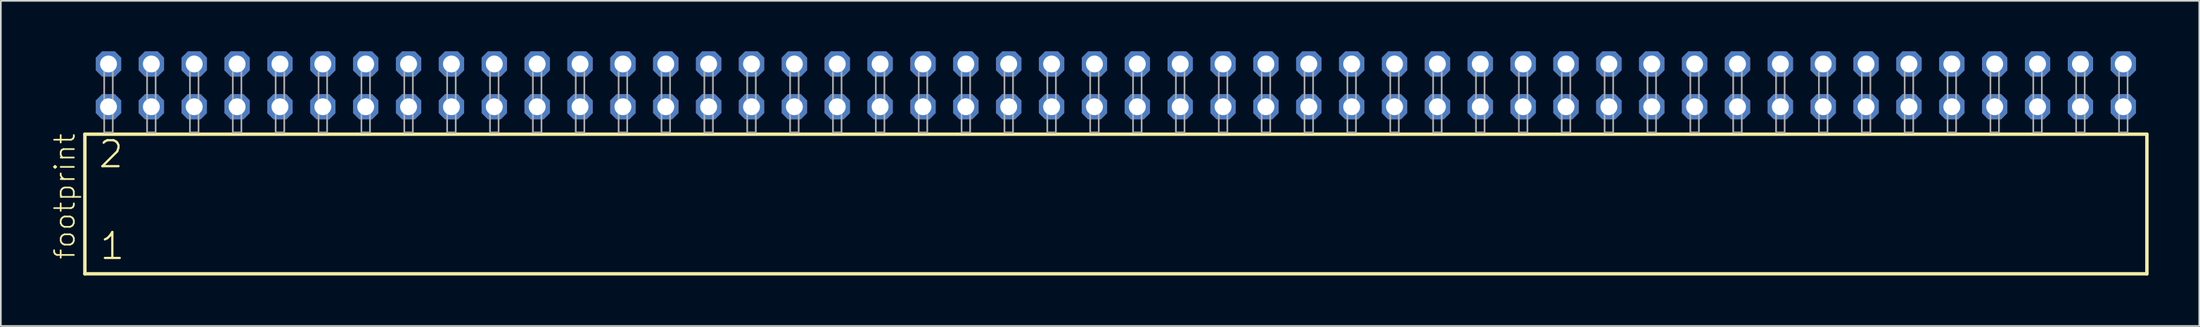
<source format=kicad_pcb>
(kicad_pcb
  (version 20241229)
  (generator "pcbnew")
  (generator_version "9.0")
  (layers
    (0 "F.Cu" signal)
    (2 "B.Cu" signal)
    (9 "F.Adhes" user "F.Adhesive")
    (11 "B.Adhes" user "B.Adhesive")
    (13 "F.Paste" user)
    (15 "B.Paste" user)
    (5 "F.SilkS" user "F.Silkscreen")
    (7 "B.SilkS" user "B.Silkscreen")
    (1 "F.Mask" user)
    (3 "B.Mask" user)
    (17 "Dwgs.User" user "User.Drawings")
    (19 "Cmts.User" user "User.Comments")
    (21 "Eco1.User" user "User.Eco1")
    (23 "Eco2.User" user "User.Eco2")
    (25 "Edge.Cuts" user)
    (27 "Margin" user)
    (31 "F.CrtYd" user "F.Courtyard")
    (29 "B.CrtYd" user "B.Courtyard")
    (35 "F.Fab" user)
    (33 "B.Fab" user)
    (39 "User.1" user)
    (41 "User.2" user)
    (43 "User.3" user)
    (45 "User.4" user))
  (footprint "footprint"
    (layer "F.Cu")
    (at 63.068 4.814)
    (property "Reference" "footprint" (at -61.595 7.62 90) (layer "F.SilkS") (effects (font (size 1.168 1.168) (thickness 0.102)) (justify left bottom)))
    (fp_line (start -61.089 0.106) (end -61.089 8.396) (stroke (width 0.203) (type solid)) (layer "F.SilkS"))
    (fp_line (start -61.089 8.396) (end 61.089 8.396) (stroke (width 0.203) (type solid)) (layer "F.SilkS"))
    (fp_line (start 61.089 0.106) (end -61.089 0.106) (stroke (width 0.203) (type solid)) (layer "F.SilkS"))
    (fp_line (start 61.089 8.396) (end 61.089 0.106) (stroke (width 0.203) (type solid)) (layer "F.SilkS"))
    (fp_poly (pts (xy -59.944 0) (xy -59.436 0) (xy -59.436 -4.318) (xy -59.944 -4.318)) (stroke (width 0.1) (type solid)) (fill no) (layer "F.Fab"))
    (fp_poly (pts (xy -57.404 0) (xy -56.896 0) (xy -56.896 -4.318) (xy -57.404 -4.318)) (stroke (width 0.1) (type solid)) (fill no) (layer "F.Fab"))
    (fp_poly (pts (xy -54.864 0) (xy -54.356 0) (xy -54.356 -4.318) (xy -54.864 -4.318)) (stroke (width 0.1) (type solid)) (fill no) (layer "F.Fab"))
    (fp_poly (pts (xy -52.324 0) (xy -51.816 0) (xy -51.816 -4.318) (xy -52.324 -4.318)) (stroke (width 0.1) (type solid)) (fill no) (layer "F.Fab"))
    (fp_poly (pts (xy -49.784 0) (xy -49.276 0) (xy -49.276 -4.318) (xy -49.784 -4.318)) (stroke (width 0.1) (type solid)) (fill no) (layer "F.Fab"))
    (fp_poly (pts (xy -47.244 0) (xy -46.736 0) (xy -46.736 -4.318) (xy -47.244 -4.318)) (stroke (width 0.1) (type solid)) (fill no) (layer "F.Fab"))
    (fp_poly (pts (xy -44.704 0) (xy -44.196 0) (xy -44.196 -4.318) (xy -44.704 -4.318)) (stroke (width 0.1) (type solid)) (fill no) (layer "F.Fab"))
    (fp_poly (pts (xy -42.164 0) (xy -41.656 0) (xy -41.656 -4.318) (xy -42.164 -4.318)) (stroke (width 0.1) (type solid)) (fill no) (layer "F.Fab"))
    (fp_poly (pts (xy -39.624 0) (xy -39.116 0) (xy -39.116 -4.318) (xy -39.624 -4.318)) (stroke (width 0.1) (type solid)) (fill no) (layer "F.Fab"))
    (fp_poly (pts (xy -37.084 0) (xy -36.576 0) (xy -36.576 -4.318) (xy -37.084 -4.318)) (stroke (width 0.1) (type solid)) (fill no) (layer "F.Fab"))
    (fp_poly (pts (xy -34.544 0) (xy -34.036 0) (xy -34.036 -4.318) (xy -34.544 -4.318)) (stroke (width 0.1) (type solid)) (fill no) (layer "F.Fab"))
    (fp_poly (pts (xy -32.004 0) (xy -31.496 0) (xy -31.496 -4.318) (xy -32.004 -4.318)) (stroke (width 0.1) (type solid)) (fill no) (layer "F.Fab"))
    (fp_poly (pts (xy -29.464 0) (xy -28.956 0) (xy -28.956 -4.318) (xy -29.464 -4.318)) (stroke (width 0.1) (type solid)) (fill no) (layer "F.Fab"))
    (fp_poly (pts (xy -26.924 0) (xy -26.416 0) (xy -26.416 -4.318) (xy -26.924 -4.318)) (stroke (width 0.1) (type solid)) (fill no) (layer "F.Fab"))
    (fp_poly (pts (xy -24.384 0) (xy -23.876 0) (xy -23.876 -4.318) (xy -24.384 -4.318)) (stroke (width 0.1) (type solid)) (fill no) (layer "F.Fab"))
    (fp_poly (pts (xy -21.844 0) (xy -21.336 0) (xy -21.336 -4.318) (xy -21.844 -4.318)) (stroke (width 0.1) (type solid)) (fill no) (layer "F.Fab"))
    (fp_poly (pts (xy -19.304 0) (xy -18.796 0) (xy -18.796 -4.318) (xy -19.304 -4.318)) (stroke (width 0.1) (type solid)) (fill no) (layer "F.Fab"))
    (fp_poly (pts (xy -16.764 0) (xy -16.256 0) (xy -16.256 -4.318) (xy -16.764 -4.318)) (stroke (width 0.1) (type solid)) (fill no) (layer "F.Fab"))
    (fp_poly (pts (xy -14.224 0) (xy -13.716 0) (xy -13.716 -4.318) (xy -14.224 -4.318)) (stroke (width 0.1) (type solid)) (fill no) (layer "F.Fab"))
    (fp_poly (pts (xy -11.684 0) (xy -11.176 0) (xy -11.176 -4.318) (xy -11.684 -4.318)) (stroke (width 0.1) (type solid)) (fill no) (layer "F.Fab"))
    (fp_poly (pts (xy -9.144 0) (xy -8.636 0) (xy -8.636 -4.318) (xy -9.144 -4.318)) (stroke (width 0.1) (type solid)) (fill no) (layer "F.Fab"))
    (fp_poly (pts (xy -6.604 0) (xy -6.096 0) (xy -6.096 -4.318) (xy -6.604 -4.318)) (stroke (width 0.1) (type solid)) (fill no) (layer "F.Fab"))
    (fp_poly (pts (xy -4.064 0) (xy -3.556 0) (xy -3.556 -4.318) (xy -4.064 -4.318)) (stroke (width 0.1) (type solid)) (fill no) (layer "F.Fab"))
    (fp_poly (pts (xy -1.524 0) (xy -1.016 0) (xy -1.016 -4.318) (xy -1.524 -4.318)) (stroke (width 0.1) (type solid)) (fill no) (layer "F.Fab"))
    (fp_poly (pts (xy 1.016 0) (xy 1.524 0) (xy 1.524 -4.318) (xy 1.016 -4.318)) (stroke (width 0.1) (type solid)) (fill no) (layer "F.Fab"))
    (fp_poly (pts (xy 3.556 0) (xy 4.064 0) (xy 4.064 -4.318) (xy 3.556 -4.318)) (stroke (width 0.1) (type solid)) (fill no) (layer "F.Fab"))
    (fp_poly (pts (xy 6.096 0) (xy 6.604 0) (xy 6.604 -4.318) (xy 6.096 -4.318)) (stroke (width 0.1) (type solid)) (fill no) (layer "F.Fab"))
    (fp_poly (pts (xy 8.636 0) (xy 9.144 0) (xy 9.144 -4.318) (xy 8.636 -4.318)) (stroke (width 0.1) (type solid)) (fill no) (layer "F.Fab"))
    (fp_poly (pts (xy 11.176 0) (xy 11.684 0) (xy 11.684 -4.318) (xy 11.176 -4.318)) (stroke (width 0.1) (type solid)) (fill no) (layer "F.Fab"))
    (fp_poly (pts (xy 13.716 0) (xy 14.224 0) (xy 14.224 -4.318) (xy 13.716 -4.318)) (stroke (width 0.1) (type solid)) (fill no) (layer "F.Fab"))
    (fp_poly (pts (xy 16.256 0) (xy 16.764 0) (xy 16.764 -4.318) (xy 16.256 -4.318)) (stroke (width 0.1) (type solid)) (fill no) (layer "F.Fab"))
    (fp_poly (pts (xy 18.796 0) (xy 19.304 0) (xy 19.304 -4.318) (xy 18.796 -4.318)) (stroke (width 0.1) (type solid)) (fill no) (layer "F.Fab"))
    (fp_poly (pts (xy 21.336 0) (xy 21.844 0) (xy 21.844 -4.318) (xy 21.336 -4.318)) (stroke (width 0.1) (type solid)) (fill no) (layer "F.Fab"))
    (fp_poly (pts (xy 23.876 0) (xy 24.384 0) (xy 24.384 -4.318) (xy 23.876 -4.318)) (stroke (width 0.1) (type solid)) (fill no) (layer "F.Fab"))
    (fp_poly (pts (xy 26.416 0) (xy 26.924 0) (xy 26.924 -4.318) (xy 26.416 -4.318)) (stroke (width 0.1) (type solid)) (fill no) (layer "F.Fab"))
    (fp_poly (pts (xy 28.956 0) (xy 29.464 0) (xy 29.464 -4.318) (xy 28.956 -4.318)) (stroke (width 0.1) (type solid)) (fill no) (layer "F.Fab"))
    (fp_poly (pts (xy 31.496 0) (xy 32.004 0) (xy 32.004 -4.318) (xy 31.496 -4.318)) (stroke (width 0.1) (type solid)) (fill no) (layer "F.Fab"))
    (fp_poly (pts (xy 34.036 0) (xy 34.544 0) (xy 34.544 -4.318) (xy 34.036 -4.318)) (stroke (width 0.1) (type solid)) (fill no) (layer "F.Fab"))
    (fp_poly (pts (xy 36.576 0) (xy 37.084 0) (xy 37.084 -4.318) (xy 36.576 -4.318)) (stroke (width 0.1) (type solid)) (fill no) (layer "F.Fab"))
    (fp_poly (pts (xy 39.116 0) (xy 39.624 0) (xy 39.624 -4.318) (xy 39.116 -4.318)) (stroke (width 0.1) (type solid)) (fill no) (layer "F.Fab"))
    (fp_poly (pts (xy 41.656 0) (xy 42.164 0) (xy 42.164 -4.318) (xy 41.656 -4.318)) (stroke (width 0.1) (type solid)) (fill no) (layer "F.Fab"))
    (fp_poly (pts (xy 44.196 0) (xy 44.704 0) (xy 44.704 -4.318) (xy 44.196 -4.318)) (stroke (width 0.1) (type solid)) (fill no) (layer "F.Fab"))
    (fp_poly (pts (xy 46.736 0) (xy 47.244 0) (xy 47.244 -4.318) (xy 46.736 -4.318)) (stroke (width 0.1) (type solid)) (fill no) (layer "F.Fab"))
    (fp_poly (pts (xy 49.276 0) (xy 49.784 0) (xy 49.784 -4.318) (xy 49.276 -4.318)) (stroke (width 0.1) (type solid)) (fill no) (layer "F.Fab"))
    (fp_poly (pts (xy 51.816 0) (xy 52.324 0) (xy 52.324 -4.318) (xy 51.816 -4.318)) (stroke (width 0.1) (type solid)) (fill no) (layer "F.Fab"))
    (fp_poly (pts (xy 54.356 0) (xy 54.864 0) (xy 54.864 -4.318) (xy 54.356 -4.318)) (stroke (width 0.1) (type solid)) (fill no) (layer "F.Fab"))
    (fp_poly (pts (xy 56.896 0) (xy 57.404 0) (xy 57.404 -4.318) (xy 56.896 -4.318)) (stroke (width 0.1) (type solid)) (fill no) (layer "F.Fab"))
    (fp_poly (pts (xy 59.436 0) (xy 59.944 0) (xy 59.944 -4.318) (xy 59.436 -4.318)) (stroke (width 0.1) (type solid)) (fill no) (layer "F.Fab"))
    (fp_text user "2" (at -60.36 2.2 0) (layer "F.SilkS") (effects (font (size 1.542 1.542) (thickness 0.134)) (justify left bottom)))
    (fp_text user "1" (at -60.285 7.65 0) (layer "F.SilkS") (effects (font (size 1.542 1.542) (thickness 0.134)) (justify left bottom)))
    (pad "1" thru_hole roundrect (at -59.69 -1.524) (size 1.5 1.5) (drill 1) (layers "*.Cu" "*.Mask") (roundrect_rratio 0.25) (chamfer_ratio 0.25) (chamfer top_left top_right bottom_left bottom_right))
    (pad "2" thru_hole roundrect (at -59.69 -4.064) (size 1.5 1.5) (drill 1) (layers "*.Cu" "*.Mask") (roundrect_rratio 0.25) (chamfer_ratio 0.25) (chamfer top_left top_right bottom_left bottom_right))
    (pad "3" thru_hole roundrect (at -57.15 -1.524) (size 1.5 1.5) (drill 1) (layers "*.Cu" "*.Mask") (roundrect_rratio 0.25) (chamfer_ratio 0.25) (chamfer top_left top_right bottom_left bottom_right))
    (pad "4" thru_hole roundrect (at -57.15 -4.064) (size 1.5 1.5) (drill 1) (layers "*.Cu" "*.Mask") (roundrect_rratio 0.25) (chamfer_ratio 0.25) (chamfer top_left top_right bottom_left bottom_right))
    (pad "5" thru_hole roundrect (at -54.61 -1.524) (size 1.5 1.5) (drill 1) (layers "*.Cu" "*.Mask") (roundrect_rratio 0.25) (chamfer_ratio 0.25) (chamfer top_left top_right bottom_left bottom_right))
    (pad "6" thru_hole roundrect (at -54.61 -4.064) (size 1.5 1.5) (drill 1) (layers "*.Cu" "*.Mask") (roundrect_rratio 0.25) (chamfer_ratio 0.25) (chamfer top_left top_right bottom_left bottom_right))
    (pad "7" thru_hole roundrect (at -52.07 -1.524) (size 1.5 1.5) (drill 1) (layers "*.Cu" "*.Mask") (roundrect_rratio 0.25) (chamfer_ratio 0.25) (chamfer top_left top_right bottom_left bottom_right))
    (pad "8" thru_hole roundrect (at -52.07 -4.064) (size 1.5 1.5) (drill 1) (layers "*.Cu" "*.Mask") (roundrect_rratio 0.25) (chamfer_ratio 0.25) (chamfer top_left top_right bottom_left bottom_right))
    (pad "9" thru_hole roundrect (at -49.53 -1.524) (size 1.5 1.5) (drill 1) (layers "*.Cu" "*.Mask") (roundrect_rratio 0.25) (chamfer_ratio 0.25) (chamfer top_left top_right bottom_left bottom_right))
    (pad "10" thru_hole roundrect (at -49.53 -4.064) (size 1.5 1.5) (drill 1) (layers "*.Cu" "*.Mask") (roundrect_rratio 0.25) (chamfer_ratio 0.25) (chamfer top_left top_right bottom_left bottom_right))
    (pad "11" thru_hole roundrect (at -46.99 -1.524) (size 1.5 1.5) (drill 1) (layers "*.Cu" "*.Mask") (roundrect_rratio 0.25) (chamfer_ratio 0.25) (chamfer top_left top_right bottom_left bottom_right))
    (pad "12" thru_hole roundrect (at -46.99 -4.064) (size 1.5 1.5) (drill 1) (layers "*.Cu" "*.Mask") (roundrect_rratio 0.25) (chamfer_ratio 0.25) (chamfer top_left top_right bottom_left bottom_right))
    (pad "13" thru_hole roundrect (at -44.45 -1.524) (size 1.5 1.5) (drill 1) (layers "*.Cu" "*.Mask") (roundrect_rratio 0.25) (chamfer_ratio 0.25) (chamfer top_left top_right bottom_left bottom_right))
    (pad "14" thru_hole roundrect (at -44.45 -4.064) (size 1.5 1.5) (drill 1) (layers "*.Cu" "*.Mask") (roundrect_rratio 0.25) (chamfer_ratio 0.25) (chamfer top_left top_right bottom_left bottom_right))
    (pad "15" thru_hole roundrect (at -41.91 -1.524) (size 1.5 1.5) (drill 1) (layers "*.Cu" "*.Mask") (roundrect_rratio 0.25) (chamfer_ratio 0.25) (chamfer top_left top_right bottom_left bottom_right))
    (pad "16" thru_hole roundrect (at -41.91 -4.064) (size 1.5 1.5) (drill 1) (layers "*.Cu" "*.Mask") (roundrect_rratio 0.25) (chamfer_ratio 0.25) (chamfer top_left top_right bottom_left bottom_right))
    (pad "17" thru_hole roundrect (at -39.37 -1.524) (size 1.5 1.5) (drill 1) (layers "*.Cu" "*.Mask") (roundrect_rratio 0.25) (chamfer_ratio 0.25) (chamfer top_left top_right bottom_left bottom_right))
    (pad "18" thru_hole roundrect (at -39.37 -4.064) (size 1.5 1.5) (drill 1) (layers "*.Cu" "*.Mask") (roundrect_rratio 0.25) (chamfer_ratio 0.25) (chamfer top_left top_right bottom_left bottom_right))
    (pad "19" thru_hole roundrect (at -36.83 -1.524) (size 1.5 1.5) (drill 1) (layers "*.Cu" "*.Mask") (roundrect_rratio 0.25) (chamfer_ratio 0.25) (chamfer top_left top_right bottom_left bottom_right))
    (pad "20" thru_hole roundrect (at -36.83 -4.064) (size 1.5 1.5) (drill 1) (layers "*.Cu" "*.Mask") (roundrect_rratio 0.25) (chamfer_ratio 0.25) (chamfer top_left top_right bottom_left bottom_right))
    (pad "21" thru_hole roundrect (at -34.29 -1.524) (size 1.5 1.5) (drill 1) (layers "*.Cu" "*.Mask") (roundrect_rratio 0.25) (chamfer_ratio 0.25) (chamfer top_left top_right bottom_left bottom_right))
    (pad "22" thru_hole roundrect (at -34.29 -4.064) (size 1.5 1.5) (drill 1) (layers "*.Cu" "*.Mask") (roundrect_rratio 0.25) (chamfer_ratio 0.25) (chamfer top_left top_right bottom_left bottom_right))
    (pad "23" thru_hole roundrect (at -31.75 -1.524) (size 1.5 1.5) (drill 1) (layers "*.Cu" "*.Mask") (roundrect_rratio 0.25) (chamfer_ratio 0.25) (chamfer top_left top_right bottom_left bottom_right))
    (pad "24" thru_hole roundrect (at -31.75 -4.064) (size 1.5 1.5) (drill 1) (layers "*.Cu" "*.Mask") (roundrect_rratio 0.25) (chamfer_ratio 0.25) (chamfer top_left top_right bottom_left bottom_right))
    (pad "25" thru_hole roundrect (at -29.21 -1.524) (size 1.5 1.5) (drill 1) (layers "*.Cu" "*.Mask") (roundrect_rratio 0.25) (chamfer_ratio 0.25) (chamfer top_left top_right bottom_left bottom_right))
    (pad "26" thru_hole roundrect (at -29.21 -4.064) (size 1.5 1.5) (drill 1) (layers "*.Cu" "*.Mask") (roundrect_rratio 0.25) (chamfer_ratio 0.25) (chamfer top_left top_right bottom_left bottom_right))
    (pad "27" thru_hole roundrect (at -26.67 -1.524) (size 1.5 1.5) (drill 1) (layers "*.Cu" "*.Mask") (roundrect_rratio 0.25) (chamfer_ratio 0.25) (chamfer top_left top_right bottom_left bottom_right))
    (pad "28" thru_hole roundrect (at -26.67 -4.064) (size 1.5 1.5) (drill 1) (layers "*.Cu" "*.Mask") (roundrect_rratio 0.25) (chamfer_ratio 0.25) (chamfer top_left top_right bottom_left bottom_right))
    (pad "29" thru_hole roundrect (at -24.13 -1.524) (size 1.5 1.5) (drill 1) (layers "*.Cu" "*.Mask") (roundrect_rratio 0.25) (chamfer_ratio 0.25) (chamfer top_left top_right bottom_left bottom_right))
    (pad "30" thru_hole roundrect (at -24.13 -4.064) (size 1.5 1.5) (drill 1) (layers "*.Cu" "*.Mask") (roundrect_rratio 0.25) (chamfer_ratio 0.25) (chamfer top_left top_right bottom_left bottom_right))
    (pad "31" thru_hole roundrect (at -21.59 -1.524) (size 1.5 1.5) (drill 1) (layers "*.Cu" "*.Mask") (roundrect_rratio 0.25) (chamfer_ratio 0.25) (chamfer top_left top_right bottom_left bottom_right))
    (pad "32" thru_hole roundrect (at -21.59 -4.064) (size 1.5 1.5) (drill 1) (layers "*.Cu" "*.Mask") (roundrect_rratio 0.25) (chamfer_ratio 0.25) (chamfer top_left top_right bottom_left bottom_right))
    (pad "33" thru_hole roundrect (at -19.05 -1.524) (size 1.5 1.5) (drill 1) (layers "*.Cu" "*.Mask") (roundrect_rratio 0.25) (chamfer_ratio 0.25) (chamfer top_left top_right bottom_left bottom_right))
    (pad "34" thru_hole roundrect (at -19.05 -4.064) (size 1.5 1.5) (drill 1) (layers "*.Cu" "*.Mask") (roundrect_rratio 0.25) (chamfer_ratio 0.25) (chamfer top_left top_right bottom_left bottom_right))
    (pad "35" thru_hole roundrect (at -16.51 -1.524) (size 1.5 1.5) (drill 1) (layers "*.Cu" "*.Mask") (roundrect_rratio 0.25) (chamfer_ratio 0.25) (chamfer top_left top_right bottom_left bottom_right))
    (pad "36" thru_hole roundrect (at -16.51 -4.064) (size 1.5 1.5) (drill 1) (layers "*.Cu" "*.Mask") (roundrect_rratio 0.25) (chamfer_ratio 0.25) (chamfer top_left top_right bottom_left bottom_right))
    (pad "37" thru_hole roundrect (at -13.97 -1.524) (size 1.5 1.5) (drill 1) (layers "*.Cu" "*.Mask") (roundrect_rratio 0.25) (chamfer_ratio 0.25) (chamfer top_left top_right bottom_left bottom_right))
    (pad "38" thru_hole roundrect (at -13.97 -4.064) (size 1.5 1.5) (drill 1) (layers "*.Cu" "*.Mask") (roundrect_rratio 0.25) (chamfer_ratio 0.25) (chamfer top_left top_right bottom_left bottom_right))
    (pad "39" thru_hole roundrect (at -11.43 -1.524) (size 1.5 1.5) (drill 1) (layers "*.Cu" "*.Mask") (roundrect_rratio 0.25) (chamfer_ratio 0.25) (chamfer top_left top_right bottom_left bottom_right))
    (pad "40" thru_hole roundrect (at -11.43 -4.064) (size 1.5 1.5) (drill 1) (layers "*.Cu" "*.Mask") (roundrect_rratio 0.25) (chamfer_ratio 0.25) (chamfer top_left top_right bottom_left bottom_right))
    (pad "41" thru_hole roundrect (at -8.89 -1.524) (size 1.5 1.5) (drill 1) (layers "*.Cu" "*.Mask") (roundrect_rratio 0.25) (chamfer_ratio 0.25) (chamfer top_left top_right bottom_left bottom_right))
    (pad "42" thru_hole roundrect (at -8.89 -4.064) (size 1.5 1.5) (drill 1) (layers "*.Cu" "*.Mask") (roundrect_rratio 0.25) (chamfer_ratio 0.25) (chamfer top_left top_right bottom_left bottom_right))
    (pad "43" thru_hole roundrect (at -6.35 -1.524) (size 1.5 1.5) (drill 1) (layers "*.Cu" "*.Mask") (roundrect_rratio 0.25) (chamfer_ratio 0.25) (chamfer top_left top_right bottom_left bottom_right))
    (pad "44" thru_hole roundrect (at -6.35 -4.064) (size 1.5 1.5) (drill 1) (layers "*.Cu" "*.Mask") (roundrect_rratio 0.25) (chamfer_ratio 0.25) (chamfer top_left top_right bottom_left bottom_right))
    (pad "45" thru_hole roundrect (at -3.81 -1.524) (size 1.5 1.5) (drill 1) (layers "*.Cu" "*.Mask") (roundrect_rratio 0.25) (chamfer_ratio 0.25) (chamfer top_left top_right bottom_left bottom_right))
    (pad "46" thru_hole roundrect (at -3.81 -4.064) (size 1.5 1.5) (drill 1) (layers "*.Cu" "*.Mask") (roundrect_rratio 0.25) (chamfer_ratio 0.25) (chamfer top_left top_right bottom_left bottom_right))
    (pad "47" thru_hole roundrect (at -1.27 -1.524) (size 1.5 1.5) (drill 1) (layers "*.Cu" "*.Mask") (roundrect_rratio 0.25) (chamfer_ratio 0.25) (chamfer top_left top_right bottom_left bottom_right))
    (pad "48" thru_hole roundrect (at -1.27 -4.064) (size 1.5 1.5) (drill 1) (layers "*.Cu" "*.Mask") (roundrect_rratio 0.25) (chamfer_ratio 0.25) (chamfer top_left top_right bottom_left bottom_right))
    (pad "49" thru_hole roundrect (at 1.27 -1.524) (size 1.5 1.5) (drill 1) (layers "*.Cu" "*.Mask") (roundrect_rratio 0.25) (chamfer_ratio 0.25) (chamfer top_left top_right bottom_left bottom_right))
    (pad "50" thru_hole roundrect (at 1.27 -4.064) (size 1.5 1.5) (drill 1) (layers "*.Cu" "*.Mask") (roundrect_rratio 0.25) (chamfer_ratio 0.25) (chamfer top_left top_right bottom_left bottom_right))
    (pad "51" thru_hole roundrect (at 3.81 -1.524) (size 1.5 1.5) (drill 1) (layers "*.Cu" "*.Mask") (roundrect_rratio 0.25) (chamfer_ratio 0.25) (chamfer top_left top_right bottom_left bottom_right))
    (pad "52" thru_hole roundrect (at 3.81 -4.064) (size 1.5 1.5) (drill 1) (layers "*.Cu" "*.Mask") (roundrect_rratio 0.25) (chamfer_ratio 0.25) (chamfer top_left top_right bottom_left bottom_right))
    (pad "53" thru_hole roundrect (at 6.35 -1.524) (size 1.5 1.5) (drill 1) (layers "*.Cu" "*.Mask") (roundrect_rratio 0.25) (chamfer_ratio 0.25) (chamfer top_left top_right bottom_left bottom_right))
    (pad "54" thru_hole roundrect (at 6.35 -4.064) (size 1.5 1.5) (drill 1) (layers "*.Cu" "*.Mask") (roundrect_rratio 0.25) (chamfer_ratio 0.25) (chamfer top_left top_right bottom_left bottom_right))
    (pad "55" thru_hole roundrect (at 8.89 -1.524) (size 1.5 1.5) (drill 1) (layers "*.Cu" "*.Mask") (roundrect_rratio 0.25) (chamfer_ratio 0.25) (chamfer top_left top_right bottom_left bottom_right))
    (pad "56" thru_hole roundrect (at 8.89 -4.064) (size 1.5 1.5) (drill 1) (layers "*.Cu" "*.Mask") (roundrect_rratio 0.25) (chamfer_ratio 0.25) (chamfer top_left top_right bottom_left bottom_right))
    (pad "57" thru_hole roundrect (at 11.43 -1.524) (size 1.5 1.5) (drill 1) (layers "*.Cu" "*.Mask") (roundrect_rratio 0.25) (chamfer_ratio 0.25) (chamfer top_left top_right bottom_left bottom_right))
    (pad "58" thru_hole roundrect (at 11.43 -4.064) (size 1.5 1.5) (drill 1) (layers "*.Cu" "*.Mask") (roundrect_rratio 0.25) (chamfer_ratio 0.25) (chamfer top_left top_right bottom_left bottom_right))
    (pad "59" thru_hole roundrect (at 13.97 -1.524) (size 1.5 1.5) (drill 1) (layers "*.Cu" "*.Mask") (roundrect_rratio 0.25) (chamfer_ratio 0.25) (chamfer top_left top_right bottom_left bottom_right))
    (pad "60" thru_hole roundrect (at 13.97 -4.064) (size 1.5 1.5) (drill 1) (layers "*.Cu" "*.Mask") (roundrect_rratio 0.25) (chamfer_ratio 0.25) (chamfer top_left top_right bottom_left bottom_right))
    (pad "61" thru_hole roundrect (at 16.51 -1.524) (size 1.5 1.5) (drill 1) (layers "*.Cu" "*.Mask") (roundrect_rratio 0.25) (chamfer_ratio 0.25) (chamfer top_left top_right bottom_left bottom_right))
    (pad "62" thru_hole roundrect (at 16.51 -4.064) (size 1.5 1.5) (drill 1) (layers "*.Cu" "*.Mask") (roundrect_rratio 0.25) (chamfer_ratio 0.25) (chamfer top_left top_right bottom_left bottom_right))
    (pad "63" thru_hole roundrect (at 19.05 -1.524) (size 1.5 1.5) (drill 1) (layers "*.Cu" "*.Mask") (roundrect_rratio 0.25) (chamfer_ratio 0.25) (chamfer top_left top_right bottom_left bottom_right))
    (pad "64" thru_hole roundrect (at 19.05 -4.064) (size 1.5 1.5) (drill 1) (layers "*.Cu" "*.Mask") (roundrect_rratio 0.25) (chamfer_ratio 0.25) (chamfer top_left top_right bottom_left bottom_right))
    (pad "65" thru_hole roundrect (at 21.59 -1.524) (size 1.5 1.5) (drill 1) (layers "*.Cu" "*.Mask") (roundrect_rratio 0.25) (chamfer_ratio 0.25) (chamfer top_left top_right bottom_left bottom_right))
    (pad "66" thru_hole roundrect (at 21.59 -4.064) (size 1.5 1.5) (drill 1) (layers "*.Cu" "*.Mask") (roundrect_rratio 0.25) (chamfer_ratio 0.25) (chamfer top_left top_right bottom_left bottom_right))
    (pad "67" thru_hole roundrect (at 24.13 -1.524) (size 1.5 1.5) (drill 1) (layers "*.Cu" "*.Mask") (roundrect_rratio 0.25) (chamfer_ratio 0.25) (chamfer top_left top_right bottom_left bottom_right))
    (pad "68" thru_hole roundrect (at 24.13 -4.064) (size 1.5 1.5) (drill 1) (layers "*.Cu" "*.Mask") (roundrect_rratio 0.25) (chamfer_ratio 0.25) (chamfer top_left top_right bottom_left bottom_right))
    (pad "69" thru_hole roundrect (at 26.67 -1.524) (size 1.5 1.5) (drill 1) (layers "*.Cu" "*.Mask") (roundrect_rratio 0.25) (chamfer_ratio 0.25) (chamfer top_left top_right bottom_left bottom_right))
    (pad "70" thru_hole roundrect (at 26.67 -4.064) (size 1.5 1.5) (drill 1) (layers "*.Cu" "*.Mask") (roundrect_rratio 0.25) (chamfer_ratio 0.25) (chamfer top_left top_right bottom_left bottom_right))
    (pad "71" thru_hole roundrect (at 29.21 -1.524) (size 1.5 1.5) (drill 1) (layers "*.Cu" "*.Mask") (roundrect_rratio 0.25) (chamfer_ratio 0.25) (chamfer top_left top_right bottom_left bottom_right))
    (pad "72" thru_hole roundrect (at 29.21 -4.064) (size 1.5 1.5) (drill 1) (layers "*.Cu" "*.Mask") (roundrect_rratio 0.25) (chamfer_ratio 0.25) (chamfer top_left top_right bottom_left bottom_right))
    (pad "73" thru_hole roundrect (at 31.75 -1.524) (size 1.5 1.5) (drill 1) (layers "*.Cu" "*.Mask") (roundrect_rratio 0.25) (chamfer_ratio 0.25) (chamfer top_left top_right bottom_left bottom_right))
    (pad "74" thru_hole roundrect (at 31.75 -4.064) (size 1.5 1.5) (drill 1) (layers "*.Cu" "*.Mask") (roundrect_rratio 0.25) (chamfer_ratio 0.25) (chamfer top_left top_right bottom_left bottom_right))
    (pad "75" thru_hole roundrect (at 34.29 -1.524) (size 1.5 1.5) (drill 1) (layers "*.Cu" "*.Mask") (roundrect_rratio 0.25) (chamfer_ratio 0.25) (chamfer top_left top_right bottom_left bottom_right))
    (pad "76" thru_hole roundrect (at 34.29 -4.064) (size 1.5 1.5) (drill 1) (layers "*.Cu" "*.Mask") (roundrect_rratio 0.25) (chamfer_ratio 0.25) (chamfer top_left top_right bottom_left bottom_right))
    (pad "77" thru_hole roundrect (at 36.83 -1.524) (size 1.5 1.5) (drill 1) (layers "*.Cu" "*.Mask") (roundrect_rratio 0.25) (chamfer_ratio 0.25) (chamfer top_left top_right bottom_left bottom_right))
    (pad "78" thru_hole roundrect (at 36.83 -4.064) (size 1.5 1.5) (drill 1) (layers "*.Cu" "*.Mask") (roundrect_rratio 0.25) (chamfer_ratio 0.25) (chamfer top_left top_right bottom_left bottom_right))
    (pad "79" thru_hole roundrect (at 39.37 -1.524) (size 1.5 1.5) (drill 1) (layers "*.Cu" "*.Mask") (roundrect_rratio 0.25) (chamfer_ratio 0.25) (chamfer top_left top_right bottom_left bottom_right))
    (pad "80" thru_hole roundrect (at 39.37 -4.064) (size 1.5 1.5) (drill 1) (layers "*.Cu" "*.Mask") (roundrect_rratio 0.25) (chamfer_ratio 0.25) (chamfer top_left top_right bottom_left bottom_right))
    (pad "81" thru_hole roundrect (at 41.91 -1.524) (size 1.5 1.5) (drill 1) (layers "*.Cu" "*.Mask") (roundrect_rratio 0.25) (chamfer_ratio 0.25) (chamfer top_left top_right bottom_left bottom_right))
    (pad "82" thru_hole roundrect (at 41.91 -4.064) (size 1.5 1.5) (drill 1) (layers "*.Cu" "*.Mask") (roundrect_rratio 0.25) (chamfer_ratio 0.25) (chamfer top_left top_right bottom_left bottom_right))
    (pad "83" thru_hole roundrect (at 44.45 -1.524) (size 1.5 1.5) (drill 1) (layers "*.Cu" "*.Mask") (roundrect_rratio 0.25) (chamfer_ratio 0.25) (chamfer top_left top_right bottom_left bottom_right))
    (pad "84" thru_hole roundrect (at 44.45 -4.064) (size 1.5 1.5) (drill 1) (layers "*.Cu" "*.Mask") (roundrect_rratio 0.25) (chamfer_ratio 0.25) (chamfer top_left top_right bottom_left bottom_right))
    (pad "85" thru_hole roundrect (at 46.99 -1.524) (size 1.5 1.5) (drill 1) (layers "*.Cu" "*.Mask") (roundrect_rratio 0.25) (chamfer_ratio 0.25) (chamfer top_left top_right bottom_left bottom_right))
    (pad "86" thru_hole roundrect (at 46.99 -4.064) (size 1.5 1.5) (drill 1) (layers "*.Cu" "*.Mask") (roundrect_rratio 0.25) (chamfer_ratio 0.25) (chamfer top_left top_right bottom_left bottom_right))
    (pad "87" thru_hole roundrect (at 49.53 -1.524) (size 1.5 1.5) (drill 1) (layers "*.Cu" "*.Mask") (roundrect_rratio 0.25) (chamfer_ratio 0.25) (chamfer top_left top_right bottom_left bottom_right))
    (pad "88" thru_hole roundrect (at 49.53 -4.064) (size 1.5 1.5) (drill 1) (layers "*.Cu" "*.Mask") (roundrect_rratio 0.25) (chamfer_ratio 0.25) (chamfer top_left top_right bottom_left bottom_right))
    (pad "89" thru_hole roundrect (at 52.07 -1.524) (size 1.5 1.5) (drill 1) (layers "*.Cu" "*.Mask") (roundrect_rratio 0.25) (chamfer_ratio 0.25) (chamfer top_left top_right bottom_left bottom_right))
    (pad "90" thru_hole roundrect (at 52.07 -4.064) (size 1.5 1.5) (drill 1) (layers "*.Cu" "*.Mask") (roundrect_rratio 0.25) (chamfer_ratio 0.25) (chamfer top_left top_right bottom_left bottom_right))
    (pad "91" thru_hole roundrect (at 54.61 -1.524) (size 1.5 1.5) (drill 1) (layers "*.Cu" "*.Mask") (roundrect_rratio 0.25) (chamfer_ratio 0.25) (chamfer top_left top_right bottom_left bottom_right))
    (pad "92" thru_hole roundrect (at 54.61 -4.064) (size 1.5 1.5) (drill 1) (layers "*.Cu" "*.Mask") (roundrect_rratio 0.25) (chamfer_ratio 0.25) (chamfer top_left top_right bottom_left bottom_right))
    (pad "93" thru_hole roundrect (at 57.15 -1.524) (size 1.5 1.5) (drill 1) (layers "*.Cu" "*.Mask") (roundrect_rratio 0.25) (chamfer_ratio 0.25) (chamfer top_left top_right bottom_left bottom_right))
    (pad "94" thru_hole roundrect (at 57.15 -4.064) (size 1.5 1.5) (drill 1) (layers "*.Cu" "*.Mask") (roundrect_rratio 0.25) (chamfer_ratio 0.25) (chamfer top_left top_right bottom_left bottom_right))
    (pad "95" thru_hole roundrect (at 59.69 -1.524) (size 1.5 1.5) (drill 1) (layers "*.Cu" "*.Mask") (roundrect_rratio 0.25) (chamfer_ratio 0.25) (chamfer top_left top_right bottom_left bottom_right))
    (pad "96" thru_hole roundrect (at 59.69 -4.064) (size 1.5 1.5) (drill 1) (layers "*.Cu" "*.Mask") (roundrect_rratio 0.25) (chamfer_ratio 0.25) (chamfer top_left top_right bottom_left bottom_right)))
  (gr_rect
    (start -3 -3)
    (end 127.259 16.312)
    (stroke (width 0.1) (type default))
    (fill no)
    (layer "Edge.Cuts")))
</source>
